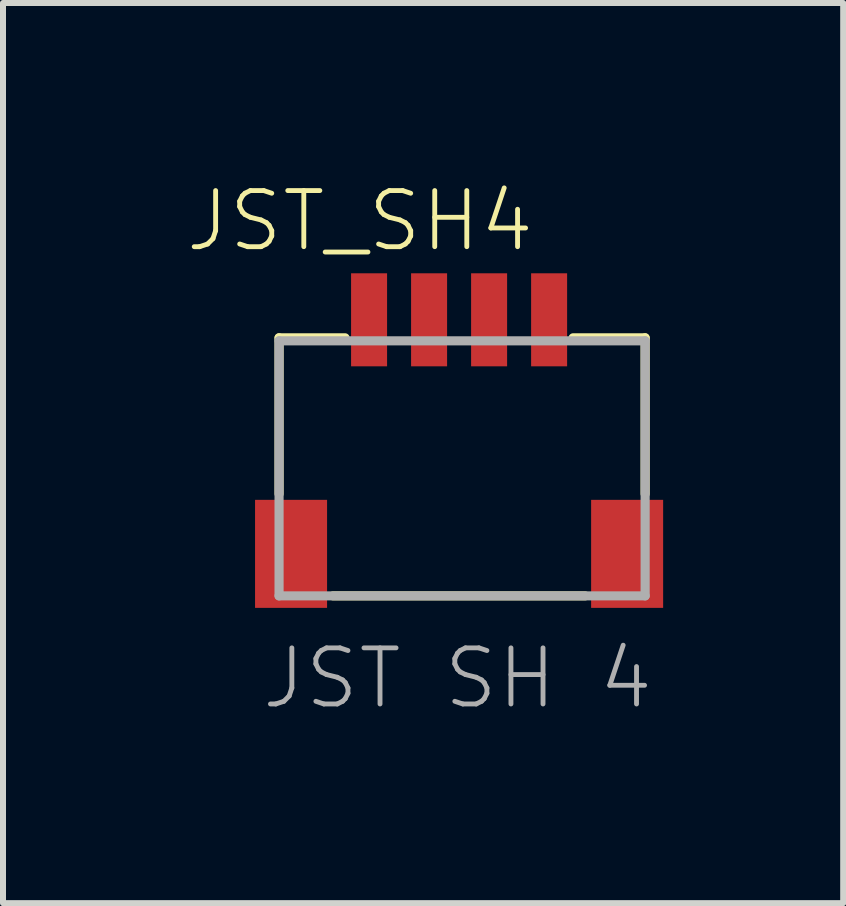
<source format=kicad_pcb>
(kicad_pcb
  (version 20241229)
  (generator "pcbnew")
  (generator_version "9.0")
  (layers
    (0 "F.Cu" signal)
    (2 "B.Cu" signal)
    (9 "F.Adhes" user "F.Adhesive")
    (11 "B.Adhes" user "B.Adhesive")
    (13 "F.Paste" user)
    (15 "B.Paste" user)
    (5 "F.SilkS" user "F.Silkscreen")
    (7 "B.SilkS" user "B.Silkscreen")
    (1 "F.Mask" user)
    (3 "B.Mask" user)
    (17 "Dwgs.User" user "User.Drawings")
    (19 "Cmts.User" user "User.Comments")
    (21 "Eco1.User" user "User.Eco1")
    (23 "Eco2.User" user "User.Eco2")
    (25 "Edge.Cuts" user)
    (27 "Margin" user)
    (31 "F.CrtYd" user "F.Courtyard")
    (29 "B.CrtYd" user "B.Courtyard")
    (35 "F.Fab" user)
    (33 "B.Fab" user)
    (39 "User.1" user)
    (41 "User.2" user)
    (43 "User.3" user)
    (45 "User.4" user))
  (footprint "JST_SH4"
    (layer "F.Cu")
    (at 4.6 4.793)
    (property "Reference" "JST_SH4" (at -4.6 -3.614 0) (layer "F.SilkS") (effects (font (size 0.935 0.935) (thickness 0.081)) (justify left bottom)))
    (fp_line (start -3 -2.214) (end -1.9 -2.214) (stroke (width 0.152) (type solid)) (layer "F.SilkS"))
    (fp_line (start -3 0.386) (end -3 -2.214) (stroke (width 0.152) (type solid)) (layer "F.SilkS"))
    (fp_line (start -2.1 2.086) (end 2.1 2.086) (stroke (width 0.152) (type solid)) (layer "F.SilkS"))
    (fp_line (start 1.9 -2.214) (end 3.1 -2.214) (stroke (width 0.152) (type solid)) (layer "F.SilkS"))
    (fp_line (start 3.1 -2.214) (end 3.1 0.386) (stroke (width 0.152) (type solid)) (layer "F.SilkS"))
    (fp_line (start -3 -2.164) (end 3.1 -2.164) (stroke (width 0.152) (type solid)) (layer "F.Fab"))
    (fp_line (start -3 2.086) (end -3 -2.164) (stroke (width 0.152) (type solid)) (layer "F.Fab"))
    (fp_line (start 3.1 -2.164) (end 3.1 2.086) (stroke (width 0.152) (type solid)) (layer "F.Fab"))
    (fp_line (start 3.1 2.086) (end -3 2.086) (stroke (width 0.152) (type solid)) (layer "F.Fab"))
    (fp_text user "JST SH 4" (at -3.33 4.006 0) (layer "F.Fab") (effects (font (size 0.935 0.935) (thickness 0.081)) (justify left bottom)))
    (pad "1" smd rect (at -1.5 -2.514 90) (size 1.55 0.6) (layers "F.Cu" "F.Mask" "F.Paste"))
    (pad "2" smd rect (at -0.5 -2.514 90) (size 1.55 0.6) (layers "F.Cu" "F.Mask" "F.Paste"))
    (pad "3" smd rect (at 0.5 -2.514 90) (size 1.55 0.6) (layers "F.Cu" "F.Mask" "F.Paste"))
    (pad "4" smd rect (at 1.5 -2.514 90) (size 1.55 0.6) (layers "F.Cu" "F.Mask" "F.Paste"))
    (pad "MT1" smd rect (at -2.8 1.386 90) (size 1.8 1.2) (layers "F.Cu" "F.Mask" "F.Paste"))
    (pad "MT2" smd rect (at 2.8 1.386 90) (size 1.8 1.2) (layers "F.Cu" "F.Mask" "F.Paste")))
  (gr_rect
    (start -3 -3)
    (end 11 11.999)
    (stroke (width 0.1) (type default))
    (fill no)
    (layer "Edge.Cuts")))
</source>
